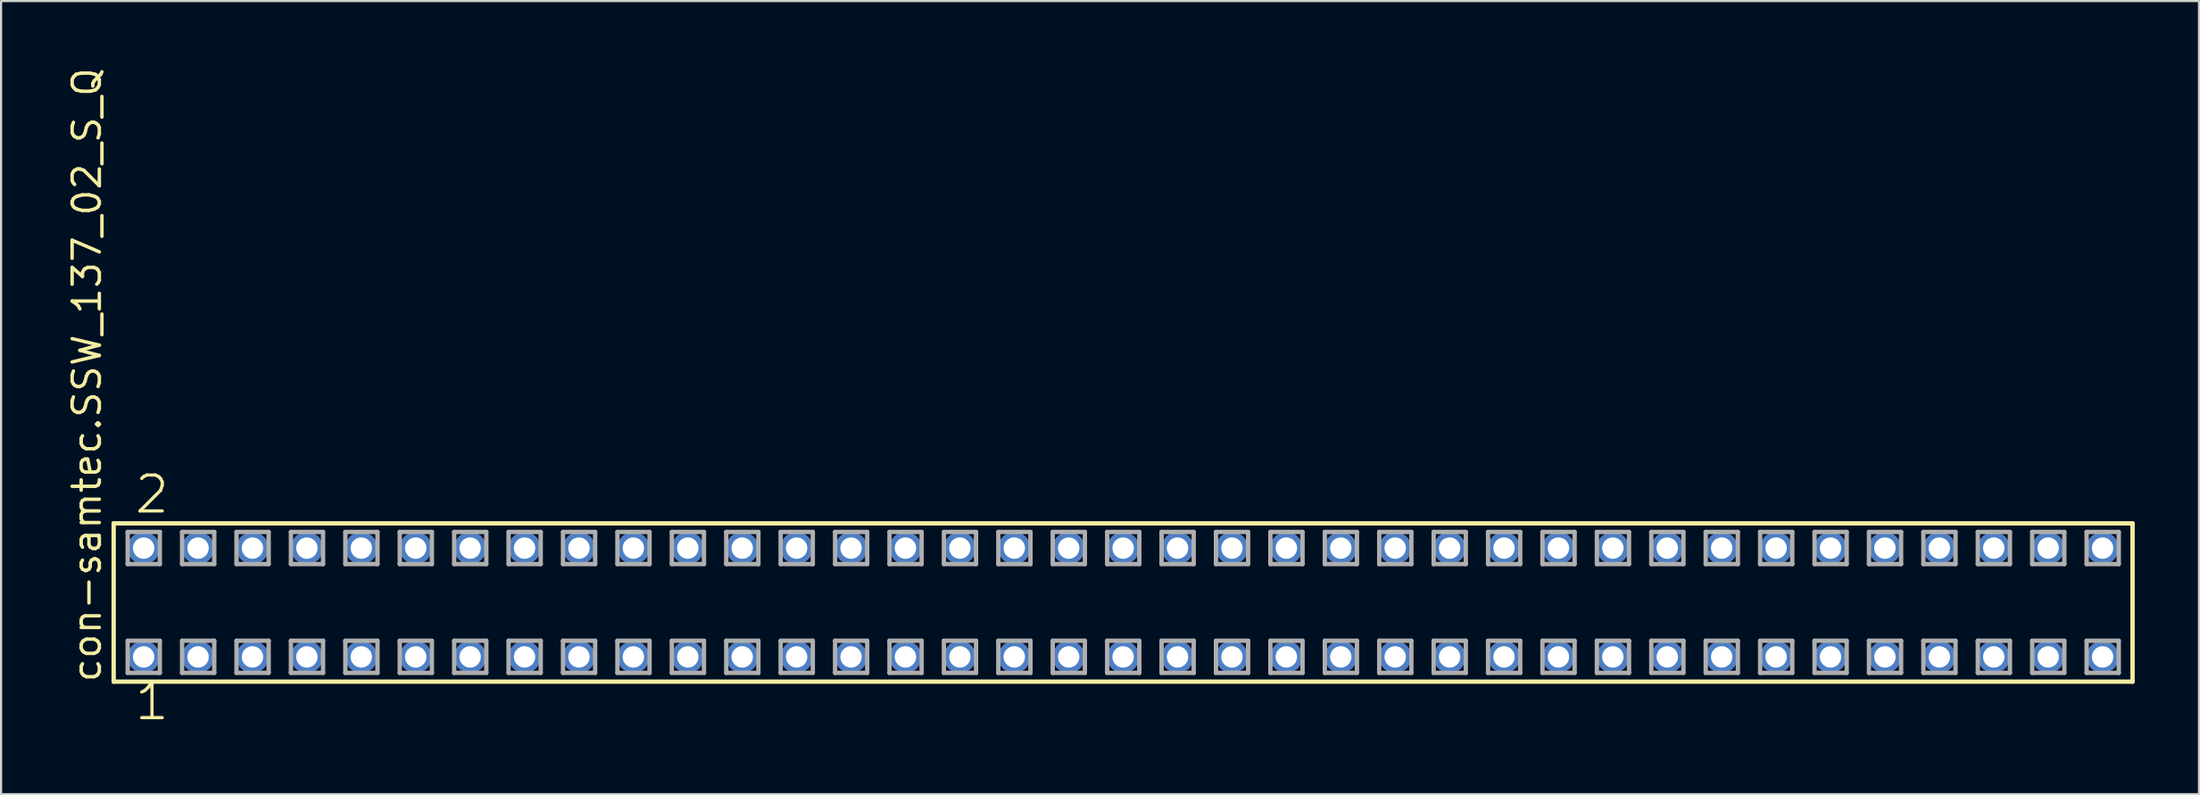
<source format=kicad_pcb>
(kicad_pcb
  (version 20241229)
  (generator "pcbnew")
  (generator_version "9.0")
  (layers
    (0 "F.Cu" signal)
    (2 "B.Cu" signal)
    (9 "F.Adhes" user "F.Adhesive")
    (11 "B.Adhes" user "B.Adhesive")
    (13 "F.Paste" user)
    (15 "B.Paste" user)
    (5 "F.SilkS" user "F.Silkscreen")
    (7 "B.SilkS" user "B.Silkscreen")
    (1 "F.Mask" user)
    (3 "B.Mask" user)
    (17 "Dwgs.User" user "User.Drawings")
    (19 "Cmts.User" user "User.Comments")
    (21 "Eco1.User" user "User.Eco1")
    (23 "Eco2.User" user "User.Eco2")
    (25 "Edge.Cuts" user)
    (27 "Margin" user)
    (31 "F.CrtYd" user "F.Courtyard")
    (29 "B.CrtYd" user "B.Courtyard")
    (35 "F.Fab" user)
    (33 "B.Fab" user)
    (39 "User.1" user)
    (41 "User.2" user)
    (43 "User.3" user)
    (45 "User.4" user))
  (footprint "con-samtec.SSW_137_02_S_Q"
    (layer "F.Cu")
    (at 49.375 25.082)
    (property "Reference" "con-samtec.SSW_137_02_S_Q" (at -47.625 3.81 90) (layer "F.SilkS") (effects (font (size 1.27 1.27) (thickness 0.16)) (justify left bottom)))
    (attr through_hole)
    (fp_line (start -47.119 -3.695) (end 47.119 -3.695) (stroke (width 0.203) (type default)) (layer "F.SilkS"))
    (fp_line (start -47.119 3.695) (end -47.119 -3.695) (stroke (width 0.203) (type default)) (layer "F.SilkS"))
    (fp_line (start 47.119 -3.695) (end 47.119 3.695) (stroke (width 0.203) (type default)) (layer "F.SilkS"))
    (fp_line (start 47.119 3.695) (end -47.119 3.695) (stroke (width 0.203) (type default)) (layer "F.SilkS"))
    (fp_line (start -46.465 -3.295) (end -44.965 -3.295) (stroke (width 0.203) (type default)) (layer "F.Fab"))
    (fp_line (start -46.465 -1.795) (end -46.465 -3.295) (stroke (width 0.203) (type default)) (layer "F.Fab"))
    (fp_line (start -46.465 1.785) (end -44.965 1.785) (stroke (width 0.203) (type default)) (layer "F.Fab"))
    (fp_line (start -46.465 3.285) (end -46.465 1.785) (stroke (width 0.203) (type default)) (layer "F.Fab"))
    (fp_line (start -44.965 -3.295) (end -44.965 -1.795) (stroke (width 0.203) (type default)) (layer "F.Fab"))
    (fp_line (start -44.965 -1.795) (end -46.465 -1.795) (stroke (width 0.203) (type default)) (layer "F.Fab"))
    (fp_line (start -44.965 1.785) (end -44.965 3.285) (stroke (width 0.203) (type default)) (layer "F.Fab"))
    (fp_line (start -44.965 3.285) (end -46.465 3.285) (stroke (width 0.203) (type default)) (layer "F.Fab"))
    (fp_line (start -43.925 -3.295) (end -42.425 -3.295) (stroke (width 0.203) (type default)) (layer "F.Fab"))
    (fp_line (start -43.925 -1.795) (end -43.925 -3.295) (stroke (width 0.203) (type default)) (layer "F.Fab"))
    (fp_line (start -43.925 1.785) (end -42.425 1.785) (stroke (width 0.203) (type default)) (layer "F.Fab"))
    (fp_line (start -43.925 3.285) (end -43.925 1.785) (stroke (width 0.203) (type default)) (layer "F.Fab"))
    (fp_line (start -42.425 -3.295) (end -42.425 -1.795) (stroke (width 0.203) (type default)) (layer "F.Fab"))
    (fp_line (start -42.425 -1.795) (end -43.925 -1.795) (stroke (width 0.203) (type default)) (layer "F.Fab"))
    (fp_line (start -42.425 1.785) (end -42.425 3.285) (stroke (width 0.203) (type default)) (layer "F.Fab"))
    (fp_line (start -42.425 3.285) (end -43.925 3.285) (stroke (width 0.203) (type default)) (layer "F.Fab"))
    (fp_line (start -41.385 -3.295) (end -39.885 -3.295) (stroke (width 0.203) (type default)) (layer "F.Fab"))
    (fp_line (start -41.385 -1.795) (end -41.385 -3.295) (stroke (width 0.203) (type default)) (layer "F.Fab"))
    (fp_line (start -41.385 1.785) (end -39.885 1.785) (stroke (width 0.203) (type default)) (layer "F.Fab"))
    (fp_line (start -41.385 3.285) (end -41.385 1.785) (stroke (width 0.203) (type default)) (layer "F.Fab"))
    (fp_line (start -39.885 -3.295) (end -39.885 -1.795) (stroke (width 0.203) (type default)) (layer "F.Fab"))
    (fp_line (start -39.885 -1.795) (end -41.385 -1.795) (stroke (width 0.203) (type default)) (layer "F.Fab"))
    (fp_line (start -39.885 1.785) (end -39.885 3.285) (stroke (width 0.203) (type default)) (layer "F.Fab"))
    (fp_line (start -39.885 3.285) (end -41.385 3.285) (stroke (width 0.203) (type default)) (layer "F.Fab"))
    (fp_line (start -38.845 -3.295) (end -37.345 -3.295) (stroke (width 0.203) (type default)) (layer "F.Fab"))
    (fp_line (start -38.845 -1.795) (end -38.845 -3.295) (stroke (width 0.203) (type default)) (layer "F.Fab"))
    (fp_line (start -38.845 1.785) (end -37.345 1.785) (stroke (width 0.203) (type default)) (layer "F.Fab"))
    (fp_line (start -38.845 3.285) (end -38.845 1.785) (stroke (width 0.203) (type default)) (layer "F.Fab"))
    (fp_line (start -37.345 -3.295) (end -37.345 -1.795) (stroke (width 0.203) (type default)) (layer "F.Fab"))
    (fp_line (start -37.345 -1.795) (end -38.845 -1.795) (stroke (width 0.203) (type default)) (layer "F.Fab"))
    (fp_line (start -37.345 1.785) (end -37.345 3.285) (stroke (width 0.203) (type default)) (layer "F.Fab"))
    (fp_line (start -37.345 3.285) (end -38.845 3.285) (stroke (width 0.203) (type default)) (layer "F.Fab"))
    (fp_line (start -36.305 -3.295) (end -34.805 -3.295) (stroke (width 0.203) (type default)) (layer "F.Fab"))
    (fp_line (start -36.305 -1.795) (end -36.305 -3.295) (stroke (width 0.203) (type default)) (layer "F.Fab"))
    (fp_line (start -36.305 1.785) (end -34.805 1.785) (stroke (width 0.203) (type default)) (layer "F.Fab"))
    (fp_line (start -36.305 3.285) (end -36.305 1.785) (stroke (width 0.203) (type default)) (layer "F.Fab"))
    (fp_line (start -34.805 -3.295) (end -34.805 -1.795) (stroke (width 0.203) (type default)) (layer "F.Fab"))
    (fp_line (start -34.805 -1.795) (end -36.305 -1.795) (stroke (width 0.203) (type default)) (layer "F.Fab"))
    (fp_line (start -34.805 1.785) (end -34.805 3.285) (stroke (width 0.203) (type default)) (layer "F.Fab"))
    (fp_line (start -34.805 3.285) (end -36.305 3.285) (stroke (width 0.203) (type default)) (layer "F.Fab"))
    (fp_line (start -33.765 -3.295) (end -32.265 -3.295) (stroke (width 0.203) (type default)) (layer "F.Fab"))
    (fp_line (start -33.765 -1.795) (end -33.765 -3.295) (stroke (width 0.203) (type default)) (layer "F.Fab"))
    (fp_line (start -33.765 1.785) (end -32.265 1.785) (stroke (width 0.203) (type default)) (layer "F.Fab"))
    (fp_line (start -33.765 3.285) (end -33.765 1.785) (stroke (width 0.203) (type default)) (layer "F.Fab"))
    (fp_line (start -32.265 -3.295) (end -32.265 -1.795) (stroke (width 0.203) (type default)) (layer "F.Fab"))
    (fp_line (start -32.265 -1.795) (end -33.765 -1.795) (stroke (width 0.203) (type default)) (layer "F.Fab"))
    (fp_line (start -32.265 1.785) (end -32.265 3.285) (stroke (width 0.203) (type default)) (layer "F.Fab"))
    (fp_line (start -32.265 3.285) (end -33.765 3.285) (stroke (width 0.203) (type default)) (layer "F.Fab"))
    (fp_line (start -31.225 -3.295) (end -29.725 -3.295) (stroke (width 0.203) (type default)) (layer "F.Fab"))
    (fp_line (start -31.225 -1.795) (end -31.225 -3.295) (stroke (width 0.203) (type default)) (layer "F.Fab"))
    (fp_line (start -31.225 1.785) (end -29.725 1.785) (stroke (width 0.203) (type default)) (layer "F.Fab"))
    (fp_line (start -31.225 3.285) (end -31.225 1.785) (stroke (width 0.203) (type default)) (layer "F.Fab"))
    (fp_line (start -29.725 -3.295) (end -29.725 -1.795) (stroke (width 0.203) (type default)) (layer "F.Fab"))
    (fp_line (start -29.725 -1.795) (end -31.225 -1.795) (stroke (width 0.203) (type default)) (layer "F.Fab"))
    (fp_line (start -29.725 1.785) (end -29.725 3.285) (stroke (width 0.203) (type default)) (layer "F.Fab"))
    (fp_line (start -29.725 3.285) (end -31.225 3.285) (stroke (width 0.203) (type default)) (layer "F.Fab"))
    (fp_line (start -28.685 -3.295) (end -27.185 -3.295) (stroke (width 0.203) (type default)) (layer "F.Fab"))
    (fp_line (start -28.685 -1.795) (end -28.685 -3.295) (stroke (width 0.203) (type default)) (layer "F.Fab"))
    (fp_line (start -28.685 1.785) (end -27.185 1.785) (stroke (width 0.203) (type default)) (layer "F.Fab"))
    (fp_line (start -28.685 3.285) (end -28.685 1.785) (stroke (width 0.203) (type default)) (layer "F.Fab"))
    (fp_line (start -27.185 -3.295) (end -27.185 -1.795) (stroke (width 0.203) (type default)) (layer "F.Fab"))
    (fp_line (start -27.185 -1.795) (end -28.685 -1.795) (stroke (width 0.203) (type default)) (layer "F.Fab"))
    (fp_line (start -27.185 1.785) (end -27.185 3.285) (stroke (width 0.203) (type default)) (layer "F.Fab"))
    (fp_line (start -27.185 3.285) (end -28.685 3.285) (stroke (width 0.203) (type default)) (layer "F.Fab"))
    (fp_line (start -26.145 -3.295) (end -24.645 -3.295) (stroke (width 0.203) (type default)) (layer "F.Fab"))
    (fp_line (start -26.145 -1.795) (end -26.145 -3.295) (stroke (width 0.203) (type default)) (layer "F.Fab"))
    (fp_line (start -26.145 1.785) (end -24.645 1.785) (stroke (width 0.203) (type default)) (layer "F.Fab"))
    (fp_line (start -26.145 3.285) (end -26.145 1.785) (stroke (width 0.203) (type default)) (layer "F.Fab"))
    (fp_line (start -24.645 -3.295) (end -24.645 -1.795) (stroke (width 0.203) (type default)) (layer "F.Fab"))
    (fp_line (start -24.645 -1.795) (end -26.145 -1.795) (stroke (width 0.203) (type default)) (layer "F.Fab"))
    (fp_line (start -24.645 1.785) (end -24.645 3.285) (stroke (width 0.203) (type default)) (layer "F.Fab"))
    (fp_line (start -24.645 3.285) (end -26.145 3.285) (stroke (width 0.203) (type default)) (layer "F.Fab"))
    (fp_line (start -23.605 -3.295) (end -22.105 -3.295) (stroke (width 0.203) (type default)) (layer "F.Fab"))
    (fp_line (start -23.605 -1.795) (end -23.605 -3.295) (stroke (width 0.203) (type default)) (layer "F.Fab"))
    (fp_line (start -23.605 1.785) (end -22.105 1.785) (stroke (width 0.203) (type default)) (layer "F.Fab"))
    (fp_line (start -23.605 3.285) (end -23.605 1.785) (stroke (width 0.203) (type default)) (layer "F.Fab"))
    (fp_line (start -22.105 -3.295) (end -22.105 -1.795) (stroke (width 0.203) (type default)) (layer "F.Fab"))
    (fp_line (start -22.105 -1.795) (end -23.605 -1.795) (stroke (width 0.203) (type default)) (layer "F.Fab"))
    (fp_line (start -22.105 1.785) (end -22.105 3.285) (stroke (width 0.203) (type default)) (layer "F.Fab"))
    (fp_line (start -22.105 3.285) (end -23.605 3.285) (stroke (width 0.203) (type default)) (layer "F.Fab"))
    (fp_line (start -21.065 -3.295) (end -19.565 -3.295) (stroke (width 0.203) (type default)) (layer "F.Fab"))
    (fp_line (start -21.065 -1.795) (end -21.065 -3.295) (stroke (width 0.203) (type default)) (layer "F.Fab"))
    (fp_line (start -21.065 1.785) (end -19.565 1.785) (stroke (width 0.203) (type default)) (layer "F.Fab"))
    (fp_line (start -21.065 3.285) (end -21.065 1.785) (stroke (width 0.203) (type default)) (layer "F.Fab"))
    (fp_line (start -19.565 -3.295) (end -19.565 -1.795) (stroke (width 0.203) (type default)) (layer "F.Fab"))
    (fp_line (start -19.565 -1.795) (end -21.065 -1.795) (stroke (width 0.203) (type default)) (layer "F.Fab"))
    (fp_line (start -19.565 1.785) (end -19.565 3.285) (stroke (width 0.203) (type default)) (layer "F.Fab"))
    (fp_line (start -19.565 3.285) (end -21.065 3.285) (stroke (width 0.203) (type default)) (layer "F.Fab"))
    (fp_line (start -18.525 -3.295) (end -17.025 -3.295) (stroke (width 0.203) (type default)) (layer "F.Fab"))
    (fp_line (start -18.525 -1.795) (end -18.525 -3.295) (stroke (width 0.203) (type default)) (layer "F.Fab"))
    (fp_line (start -18.525 1.785) (end -17.025 1.785) (stroke (width 0.203) (type default)) (layer "F.Fab"))
    (fp_line (start -18.525 3.285) (end -18.525 1.785) (stroke (width 0.203) (type default)) (layer "F.Fab"))
    (fp_line (start -17.025 -3.295) (end -17.025 -1.795) (stroke (width 0.203) (type default)) (layer "F.Fab"))
    (fp_line (start -17.025 -1.795) (end -18.525 -1.795) (stroke (width 0.203) (type default)) (layer "F.Fab"))
    (fp_line (start -17.025 1.785) (end -17.025 3.285) (stroke (width 0.203) (type default)) (layer "F.Fab"))
    (fp_line (start -17.025 3.285) (end -18.525 3.285) (stroke (width 0.203) (type default)) (layer "F.Fab"))
    (fp_line (start -15.985 -3.295) (end -14.485 -3.295) (stroke (width 0.203) (type default)) (layer "F.Fab"))
    (fp_line (start -15.985 -1.795) (end -15.985 -3.295) (stroke (width 0.203) (type default)) (layer "F.Fab"))
    (fp_line (start -15.985 1.785) (end -14.485 1.785) (stroke (width 0.203) (type default)) (layer "F.Fab"))
    (fp_line (start -15.985 3.285) (end -15.985 1.785) (stroke (width 0.203) (type default)) (layer "F.Fab"))
    (fp_line (start -14.485 -3.295) (end -14.485 -1.795) (stroke (width 0.203) (type default)) (layer "F.Fab"))
    (fp_line (start -14.485 -1.795) (end -15.985 -1.795) (stroke (width 0.203) (type default)) (layer "F.Fab"))
    (fp_line (start -14.485 1.785) (end -14.485 3.285) (stroke (width 0.203) (type default)) (layer "F.Fab"))
    (fp_line (start -14.485 3.285) (end -15.985 3.285) (stroke (width 0.203) (type default)) (layer "F.Fab"))
    (fp_line (start -13.445 -3.295) (end -11.945 -3.295) (stroke (width 0.203) (type default)) (layer "F.Fab"))
    (fp_line (start -13.445 -1.795) (end -13.445 -3.295) (stroke (width 0.203) (type default)) (layer "F.Fab"))
    (fp_line (start -13.445 1.785) (end -11.945 1.785) (stroke (width 0.203) (type default)) (layer "F.Fab"))
    (fp_line (start -13.445 3.285) (end -13.445 1.785) (stroke (width 0.203) (type default)) (layer "F.Fab"))
    (fp_line (start -11.945 -3.295) (end -11.945 -1.795) (stroke (width 0.203) (type default)) (layer "F.Fab"))
    (fp_line (start -11.945 -1.795) (end -13.445 -1.795) (stroke (width 0.203) (type default)) (layer "F.Fab"))
    (fp_line (start -11.945 1.785) (end -11.945 3.285) (stroke (width 0.203) (type default)) (layer "F.Fab"))
    (fp_line (start -11.945 3.285) (end -13.445 3.285) (stroke (width 0.203) (type default)) (layer "F.Fab"))
    (fp_line (start -10.905 -3.295) (end -9.405 -3.295) (stroke (width 0.203) (type default)) (layer "F.Fab"))
    (fp_line (start -10.905 -1.795) (end -10.905 -3.295) (stroke (width 0.203) (type default)) (layer "F.Fab"))
    (fp_line (start -10.905 1.785) (end -9.405 1.785) (stroke (width 0.203) (type default)) (layer "F.Fab"))
    (fp_line (start -10.905 3.285) (end -10.905 1.785) (stroke (width 0.203) (type default)) (layer "F.Fab"))
    (fp_line (start -9.405 -3.295) (end -9.405 -1.795) (stroke (width 0.203) (type default)) (layer "F.Fab"))
    (fp_line (start -9.405 -1.795) (end -10.905 -1.795) (stroke (width 0.203) (type default)) (layer "F.Fab"))
    (fp_line (start -9.405 1.785) (end -9.405 3.285) (stroke (width 0.203) (type default)) (layer "F.Fab"))
    (fp_line (start -9.405 3.285) (end -10.905 3.285) (stroke (width 0.203) (type default)) (layer "F.Fab"))
    (fp_line (start -8.365 -3.295) (end -6.865 -3.295) (stroke (width 0.203) (type default)) (layer "F.Fab"))
    (fp_line (start -8.365 -1.795) (end -8.365 -3.295) (stroke (width 0.203) (type default)) (layer "F.Fab"))
    (fp_line (start -8.365 1.785) (end -6.865 1.785) (stroke (width 0.203) (type default)) (layer "F.Fab"))
    (fp_line (start -8.365 3.285) (end -8.365 1.785) (stroke (width 0.203) (type default)) (layer "F.Fab"))
    (fp_line (start -6.865 -3.295) (end -6.865 -1.795) (stroke (width 0.203) (type default)) (layer "F.Fab"))
    (fp_line (start -6.865 -1.795) (end -8.365 -1.795) (stroke (width 0.203) (type default)) (layer "F.Fab"))
    (fp_line (start -6.865 1.785) (end -6.865 3.285) (stroke (width 0.203) (type default)) (layer "F.Fab"))
    (fp_line (start -6.865 3.285) (end -8.365 3.285) (stroke (width 0.203) (type default)) (layer "F.Fab"))
    (fp_line (start -5.825 -3.295) (end -4.325 -3.295) (stroke (width 0.203) (type default)) (layer "F.Fab"))
    (fp_line (start -5.825 -1.795) (end -5.825 -3.295) (stroke (width 0.203) (type default)) (layer "F.Fab"))
    (fp_line (start -5.825 1.785) (end -4.325 1.785) (stroke (width 0.203) (type default)) (layer "F.Fab"))
    (fp_line (start -5.825 3.285) (end -5.825 1.785) (stroke (width 0.203) (type default)) (layer "F.Fab"))
    (fp_line (start -4.325 -3.295) (end -4.325 -1.795) (stroke (width 0.203) (type default)) (layer "F.Fab"))
    (fp_line (start -4.325 -1.795) (end -5.825 -1.795) (stroke (width 0.203) (type default)) (layer "F.Fab"))
    (fp_line (start -4.325 1.785) (end -4.325 3.285) (stroke (width 0.203) (type default)) (layer "F.Fab"))
    (fp_line (start -4.325 3.285) (end -5.825 3.285) (stroke (width 0.203) (type default)) (layer "F.Fab"))
    (fp_line (start -3.285 -3.295) (end -1.785 -3.295) (stroke (width 0.203) (type default)) (layer "F.Fab"))
    (fp_line (start -3.285 -1.795) (end -3.285 -3.295) (stroke (width 0.203) (type default)) (layer "F.Fab"))
    (fp_line (start -3.285 1.785) (end -1.785 1.785) (stroke (width 0.203) (type default)) (layer "F.Fab"))
    (fp_line (start -3.285 3.285) (end -3.285 1.785) (stroke (width 0.203) (type default)) (layer "F.Fab"))
    (fp_line (start -1.785 -3.295) (end -1.785 -1.795) (stroke (width 0.203) (type default)) (layer "F.Fab"))
    (fp_line (start -1.785 -1.795) (end -3.285 -1.795) (stroke (width 0.203) (type default)) (layer "F.Fab"))
    (fp_line (start -1.785 1.785) (end -1.785 3.285) (stroke (width 0.203) (type default)) (layer "F.Fab"))
    (fp_line (start -1.785 3.285) (end -3.285 3.285) (stroke (width 0.203) (type default)) (layer "F.Fab"))
    (fp_line (start -0.745 -3.295) (end 0.755 -3.295) (stroke (width 0.203) (type default)) (layer "F.Fab"))
    (fp_line (start -0.745 -1.795) (end -0.745 -3.295) (stroke (width 0.203) (type default)) (layer "F.Fab"))
    (fp_line (start -0.745 1.785) (end 0.755 1.785) (stroke (width 0.203) (type default)) (layer "F.Fab"))
    (fp_line (start -0.745 3.285) (end -0.745 1.785) (stroke (width 0.203) (type default)) (layer "F.Fab"))
    (fp_line (start 0.755 -3.295) (end 0.755 -1.795) (stroke (width 0.203) (type default)) (layer "F.Fab"))
    (fp_line (start 0.755 -1.795) (end -0.745 -1.795) (stroke (width 0.203) (type default)) (layer "F.Fab"))
    (fp_line (start 0.755 1.785) (end 0.755 3.285) (stroke (width 0.203) (type default)) (layer "F.Fab"))
    (fp_line (start 0.755 3.285) (end -0.745 3.285) (stroke (width 0.203) (type default)) (layer "F.Fab"))
    (fp_line (start 1.795 -3.295) (end 3.295 -3.295) (stroke (width 0.203) (type default)) (layer "F.Fab"))
    (fp_line (start 1.795 -1.795) (end 1.795 -3.295) (stroke (width 0.203) (type default)) (layer "F.Fab"))
    (fp_line (start 1.795 1.785) (end 3.295 1.785) (stroke (width 0.203) (type default)) (layer "F.Fab"))
    (fp_line (start 1.795 3.285) (end 1.795 1.785) (stroke (width 0.203) (type default)) (layer "F.Fab"))
    (fp_line (start 3.295 -3.295) (end 3.295 -1.795) (stroke (width 0.203) (type default)) (layer "F.Fab"))
    (fp_line (start 3.295 -1.795) (end 1.795 -1.795) (stroke (width 0.203) (type default)) (layer "F.Fab"))
    (fp_line (start 3.295 1.785) (end 3.295 3.285) (stroke (width 0.203) (type default)) (layer "F.Fab"))
    (fp_line (start 3.295 3.285) (end 1.795 3.285) (stroke (width 0.203) (type default)) (layer "F.Fab"))
    (fp_line (start 4.335 -3.295) (end 5.835 -3.295) (stroke (width 0.203) (type default)) (layer "F.Fab"))
    (fp_line (start 4.335 -1.795) (end 4.335 -3.295) (stroke (width 0.203) (type default)) (layer "F.Fab"))
    (fp_line (start 4.335 1.785) (end 5.835 1.785) (stroke (width 0.203) (type default)) (layer "F.Fab"))
    (fp_line (start 4.335 3.285) (end 4.335 1.785) (stroke (width 0.203) (type default)) (layer "F.Fab"))
    (fp_line (start 5.835 -3.295) (end 5.835 -1.795) (stroke (width 0.203) (type default)) (layer "F.Fab"))
    (fp_line (start 5.835 -1.795) (end 4.335 -1.795) (stroke (width 0.203) (type default)) (layer "F.Fab"))
    (fp_line (start 5.835 1.785) (end 5.835 3.285) (stroke (width 0.203) (type default)) (layer "F.Fab"))
    (fp_line (start 5.835 3.285) (end 4.335 3.285) (stroke (width 0.203) (type default)) (layer "F.Fab"))
    (fp_line (start 6.875 -3.295) (end 8.375 -3.295) (stroke (width 0.203) (type default)) (layer "F.Fab"))
    (fp_line (start 6.875 -1.795) (end 6.875 -3.295) (stroke (width 0.203) (type default)) (layer "F.Fab"))
    (fp_line (start 6.875 1.785) (end 8.375 1.785) (stroke (width 0.203) (type default)) (layer "F.Fab"))
    (fp_line (start 6.875 3.285) (end 6.875 1.785) (stroke (width 0.203) (type default)) (layer "F.Fab"))
    (fp_line (start 8.375 -3.295) (end 8.375 -1.795) (stroke (width 0.203) (type default)) (layer "F.Fab"))
    (fp_line (start 8.375 -1.795) (end 6.875 -1.795) (stroke (width 0.203) (type default)) (layer "F.Fab"))
    (fp_line (start 8.375 1.785) (end 8.375 3.285) (stroke (width 0.203) (type default)) (layer "F.Fab"))
    (fp_line (start 8.375 3.285) (end 6.875 3.285) (stroke (width 0.203) (type default)) (layer "F.Fab"))
    (fp_line (start 9.415 -3.295) (end 10.915 -3.295) (stroke (width 0.203) (type default)) (layer "F.Fab"))
    (fp_line (start 9.415 -1.795) (end 9.415 -3.295) (stroke (width 0.203) (type default)) (layer "F.Fab"))
    (fp_line (start 9.415 1.785) (end 10.915 1.785) (stroke (width 0.203) (type default)) (layer "F.Fab"))
    (fp_line (start 9.415 3.285) (end 9.415 1.785) (stroke (width 0.203) (type default)) (layer "F.Fab"))
    (fp_line (start 10.915 -3.295) (end 10.915 -1.795) (stroke (width 0.203) (type default)) (layer "F.Fab"))
    (fp_line (start 10.915 -1.795) (end 9.415 -1.795) (stroke (width 0.203) (type default)) (layer "F.Fab"))
    (fp_line (start 10.915 1.785) (end 10.915 3.285) (stroke (width 0.203) (type default)) (layer "F.Fab"))
    (fp_line (start 10.915 3.285) (end 9.415 3.285) (stroke (width 0.203) (type default)) (layer "F.Fab"))
    (fp_line (start 11.955 -3.295) (end 13.455 -3.295) (stroke (width 0.203) (type default)) (layer "F.Fab"))
    (fp_line (start 11.955 -1.795) (end 11.955 -3.295) (stroke (width 0.203) (type default)) (layer "F.Fab"))
    (fp_line (start 11.955 1.785) (end 13.455 1.785) (stroke (width 0.203) (type default)) (layer "F.Fab"))
    (fp_line (start 11.955 3.285) (end 11.955 1.785) (stroke (width 0.203) (type default)) (layer "F.Fab"))
    (fp_line (start 13.455 -3.295) (end 13.455 -1.795) (stroke (width 0.203) (type default)) (layer "F.Fab"))
    (fp_line (start 13.455 -1.795) (end 11.955 -1.795) (stroke (width 0.203) (type default)) (layer "F.Fab"))
    (fp_line (start 13.455 1.785) (end 13.455 3.285) (stroke (width 0.203) (type default)) (layer "F.Fab"))
    (fp_line (start 13.455 3.285) (end 11.955 3.285) (stroke (width 0.203) (type default)) (layer "F.Fab"))
    (fp_line (start 14.495 -3.295) (end 15.995 -3.295) (stroke (width 0.203) (type default)) (layer "F.Fab"))
    (fp_line (start 14.495 -1.795) (end 14.495 -3.295) (stroke (width 0.203) (type default)) (layer "F.Fab"))
    (fp_line (start 14.495 1.785) (end 15.995 1.785) (stroke (width 0.203) (type default)) (layer "F.Fab"))
    (fp_line (start 14.495 3.285) (end 14.495 1.785) (stroke (width 0.203) (type default)) (layer "F.Fab"))
    (fp_line (start 15.995 -3.295) (end 15.995 -1.795) (stroke (width 0.203) (type default)) (layer "F.Fab"))
    (fp_line (start 15.995 -1.795) (end 14.495 -1.795) (stroke (width 0.203) (type default)) (layer "F.Fab"))
    (fp_line (start 15.995 1.785) (end 15.995 3.285) (stroke (width 0.203) (type default)) (layer "F.Fab"))
    (fp_line (start 15.995 3.285) (end 14.495 3.285) (stroke (width 0.203) (type default)) (layer "F.Fab"))
    (fp_line (start 17.035 -3.295) (end 18.535 -3.295) (stroke (width 0.203) (type default)) (layer "F.Fab"))
    (fp_line (start 17.035 -1.795) (end 17.035 -3.295) (stroke (width 0.203) (type default)) (layer "F.Fab"))
    (fp_line (start 17.035 1.785) (end 18.535 1.785) (stroke (width 0.203) (type default)) (layer "F.Fab"))
    (fp_line (start 17.035 3.285) (end 17.035 1.785) (stroke (width 0.203) (type default)) (layer "F.Fab"))
    (fp_line (start 18.535 -3.295) (end 18.535 -1.795) (stroke (width 0.203) (type default)) (layer "F.Fab"))
    (fp_line (start 18.535 -1.795) (end 17.035 -1.795) (stroke (width 0.203) (type default)) (layer "F.Fab"))
    (fp_line (start 18.535 1.785) (end 18.535 3.285) (stroke (width 0.203) (type default)) (layer "F.Fab"))
    (fp_line (start 18.535 3.285) (end 17.035 3.285) (stroke (width 0.203) (type default)) (layer "F.Fab"))
    (fp_line (start 19.575 -3.295) (end 21.075 -3.295) (stroke (width 0.203) (type default)) (layer "F.Fab"))
    (fp_line (start 19.575 -1.795) (end 19.575 -3.295) (stroke (width 0.203) (type default)) (layer "F.Fab"))
    (fp_line (start 19.575 1.785) (end 21.075 1.785) (stroke (width 0.203) (type default)) (layer "F.Fab"))
    (fp_line (start 19.575 3.285) (end 19.575 1.785) (stroke (width 0.203) (type default)) (layer "F.Fab"))
    (fp_line (start 21.075 -3.295) (end 21.075 -1.795) (stroke (width 0.203) (type default)) (layer "F.Fab"))
    (fp_line (start 21.075 -1.795) (end 19.575 -1.795) (stroke (width 0.203) (type default)) (layer "F.Fab"))
    (fp_line (start 21.075 1.785) (end 21.075 3.285) (stroke (width 0.203) (type default)) (layer "F.Fab"))
    (fp_line (start 21.075 3.285) (end 19.575 3.285) (stroke (width 0.203) (type default)) (layer "F.Fab"))
    (fp_line (start 22.115 -3.295) (end 23.615 -3.295) (stroke (width 0.203) (type default)) (layer "F.Fab"))
    (fp_line (start 22.115 -1.795) (end 22.115 -3.295) (stroke (width 0.203) (type default)) (layer "F.Fab"))
    (fp_line (start 22.115 1.785) (end 23.615 1.785) (stroke (width 0.203) (type default)) (layer "F.Fab"))
    (fp_line (start 22.115 3.285) (end 22.115 1.785) (stroke (width 0.203) (type default)) (layer "F.Fab"))
    (fp_line (start 23.615 -3.295) (end 23.615 -1.795) (stroke (width 0.203) (type default)) (layer "F.Fab"))
    (fp_line (start 23.615 -1.795) (end 22.115 -1.795) (stroke (width 0.203) (type default)) (layer "F.Fab"))
    (fp_line (start 23.615 1.785) (end 23.615 3.285) (stroke (width 0.203) (type default)) (layer "F.Fab"))
    (fp_line (start 23.615 3.285) (end 22.115 3.285) (stroke (width 0.203) (type default)) (layer "F.Fab"))
    (fp_line (start 24.655 -3.295) (end 26.155 -3.295) (stroke (width 0.203) (type default)) (layer "F.Fab"))
    (fp_line (start 24.655 -1.795) (end 24.655 -3.295) (stroke (width 0.203) (type default)) (layer "F.Fab"))
    (fp_line (start 24.655 1.785) (end 26.155 1.785) (stroke (width 0.203) (type default)) (layer "F.Fab"))
    (fp_line (start 24.655 3.285) (end 24.655 1.785) (stroke (width 0.203) (type default)) (layer "F.Fab"))
    (fp_line (start 26.155 -3.295) (end 26.155 -1.795) (stroke (width 0.203) (type default)) (layer "F.Fab"))
    (fp_line (start 26.155 -1.795) (end 24.655 -1.795) (stroke (width 0.203) (type default)) (layer "F.Fab"))
    (fp_line (start 26.155 1.785) (end 26.155 3.285) (stroke (width 0.203) (type default)) (layer "F.Fab"))
    (fp_line (start 26.155 3.285) (end 24.655 3.285) (stroke (width 0.203) (type default)) (layer "F.Fab"))
    (fp_line (start 27.195 -3.295) (end 28.695 -3.295) (stroke (width 0.203) (type default)) (layer "F.Fab"))
    (fp_line (start 27.195 -1.795) (end 27.195 -3.295) (stroke (width 0.203) (type default)) (layer "F.Fab"))
    (fp_line (start 27.195 1.785) (end 28.695 1.785) (stroke (width 0.203) (type default)) (layer "F.Fab"))
    (fp_line (start 27.195 3.285) (end 27.195 1.785) (stroke (width 0.203) (type default)) (layer "F.Fab"))
    (fp_line (start 28.695 -3.295) (end 28.695 -1.795) (stroke (width 0.203) (type default)) (layer "F.Fab"))
    (fp_line (start 28.695 -1.795) (end 27.195 -1.795) (stroke (width 0.203) (type default)) (layer "F.Fab"))
    (fp_line (start 28.695 1.785) (end 28.695 3.285) (stroke (width 0.203) (type default)) (layer "F.Fab"))
    (fp_line (start 28.695 3.285) (end 27.195 3.285) (stroke (width 0.203) (type default)) (layer "F.Fab"))
    (fp_line (start 29.735 -3.295) (end 31.235 -3.295) (stroke (width 0.203) (type default)) (layer "F.Fab"))
    (fp_line (start 29.735 -1.795) (end 29.735 -3.295) (stroke (width 0.203) (type default)) (layer "F.Fab"))
    (fp_line (start 29.735 1.785) (end 31.235 1.785) (stroke (width 0.203) (type default)) (layer "F.Fab"))
    (fp_line (start 29.735 3.285) (end 29.735 1.785) (stroke (width 0.203) (type default)) (layer "F.Fab"))
    (fp_line (start 31.235 -3.295) (end 31.235 -1.795) (stroke (width 0.203) (type default)) (layer "F.Fab"))
    (fp_line (start 31.235 -1.795) (end 29.735 -1.795) (stroke (width 0.203) (type default)) (layer "F.Fab"))
    (fp_line (start 31.235 1.785) (end 31.235 3.285) (stroke (width 0.203) (type default)) (layer "F.Fab"))
    (fp_line (start 31.235 3.285) (end 29.735 3.285) (stroke (width 0.203) (type default)) (layer "F.Fab"))
    (fp_line (start 32.275 -3.295) (end 33.775 -3.295) (stroke (width 0.203) (type default)) (layer "F.Fab"))
    (fp_line (start 32.275 -1.795) (end 32.275 -3.295) (stroke (width 0.203) (type default)) (layer "F.Fab"))
    (fp_line (start 32.275 1.785) (end 33.775 1.785) (stroke (width 0.203) (type default)) (layer "F.Fab"))
    (fp_line (start 32.275 3.285) (end 32.275 1.785) (stroke (width 0.203) (type default)) (layer "F.Fab"))
    (fp_line (start 33.775 -3.295) (end 33.775 -1.795) (stroke (width 0.203) (type default)) (layer "F.Fab"))
    (fp_line (start 33.775 -1.795) (end 32.275 -1.795) (stroke (width 0.203) (type default)) (layer "F.Fab"))
    (fp_line (start 33.775 1.785) (end 33.775 3.285) (stroke (width 0.203) (type default)) (layer "F.Fab"))
    (fp_line (start 33.775 3.285) (end 32.275 3.285) (stroke (width 0.203) (type default)) (layer "F.Fab"))
    (fp_line (start 34.815 -3.295) (end 36.315 -3.295) (stroke (width 0.203) (type default)) (layer "F.Fab"))
    (fp_line (start 34.815 -1.795) (end 34.815 -3.295) (stroke (width 0.203) (type default)) (layer "F.Fab"))
    (fp_line (start 34.815 1.785) (end 36.315 1.785) (stroke (width 0.203) (type default)) (layer "F.Fab"))
    (fp_line (start 34.815 3.285) (end 34.815 1.785) (stroke (width 0.203) (type default)) (layer "F.Fab"))
    (fp_line (start 36.315 -3.295) (end 36.315 -1.795) (stroke (width 0.203) (type default)) (layer "F.Fab"))
    (fp_line (start 36.315 -1.795) (end 34.815 -1.795) (stroke (width 0.203) (type default)) (layer "F.Fab"))
    (fp_line (start 36.315 1.785) (end 36.315 3.285) (stroke (width 0.203) (type default)) (layer "F.Fab"))
    (fp_line (start 36.315 3.285) (end 34.815 3.285) (stroke (width 0.203) (type default)) (layer "F.Fab"))
    (fp_line (start 37.355 -3.295) (end 38.855 -3.295) (stroke (width 0.203) (type default)) (layer "F.Fab"))
    (fp_line (start 37.355 -1.795) (end 37.355 -3.295) (stroke (width 0.203) (type default)) (layer "F.Fab"))
    (fp_line (start 37.355 1.785) (end 38.855 1.785) (stroke (width 0.203) (type default)) (layer "F.Fab"))
    (fp_line (start 37.355 3.285) (end 37.355 1.785) (stroke (width 0.203) (type default)) (layer "F.Fab"))
    (fp_line (start 38.855 -3.295) (end 38.855 -1.795) (stroke (width 0.203) (type default)) (layer "F.Fab"))
    (fp_line (start 38.855 -1.795) (end 37.355 -1.795) (stroke (width 0.203) (type default)) (layer "F.Fab"))
    (fp_line (start 38.855 1.785) (end 38.855 3.285) (stroke (width 0.203) (type default)) (layer "F.Fab"))
    (fp_line (start 38.855 3.285) (end 37.355 3.285) (stroke (width 0.203) (type default)) (layer "F.Fab"))
    (fp_line (start 39.895 -3.295) (end 41.395 -3.295) (stroke (width 0.203) (type default)) (layer "F.Fab"))
    (fp_line (start 39.895 -1.795) (end 39.895 -3.295) (stroke (width 0.203) (type default)) (layer "F.Fab"))
    (fp_line (start 39.895 1.785) (end 41.395 1.785) (stroke (width 0.203) (type default)) (layer "F.Fab"))
    (fp_line (start 39.895 3.285) (end 39.895 1.785) (stroke (width 0.203) (type default)) (layer "F.Fab"))
    (fp_line (start 41.395 -3.295) (end 41.395 -1.795) (stroke (width 0.203) (type default)) (layer "F.Fab"))
    (fp_line (start 41.395 -1.795) (end 39.895 -1.795) (stroke (width 0.203) (type default)) (layer "F.Fab"))
    (fp_line (start 41.395 1.785) (end 41.395 3.285) (stroke (width 0.203) (type default)) (layer "F.Fab"))
    (fp_line (start 41.395 3.285) (end 39.895 3.285) (stroke (width 0.203) (type default)) (layer "F.Fab"))
    (fp_line (start 42.435 -3.295) (end 43.935 -3.295) (stroke (width 0.203) (type default)) (layer "F.Fab"))
    (fp_line (start 42.435 -1.795) (end 42.435 -3.295) (stroke (width 0.203) (type default)) (layer "F.Fab"))
    (fp_line (start 42.435 1.785) (end 43.935 1.785) (stroke (width 0.203) (type default)) (layer "F.Fab"))
    (fp_line (start 42.435 3.285) (end 42.435 1.785) (stroke (width 0.203) (type default)) (layer "F.Fab"))
    (fp_line (start 43.935 -3.295) (end 43.935 -1.795) (stroke (width 0.203) (type default)) (layer "F.Fab"))
    (fp_line (start 43.935 -1.795) (end 42.435 -1.795) (stroke (width 0.203) (type default)) (layer "F.Fab"))
    (fp_line (start 43.935 1.785) (end 43.935 3.285) (stroke (width 0.203) (type default)) (layer "F.Fab"))
    (fp_line (start 43.935 3.285) (end 42.435 3.285) (stroke (width 0.203) (type default)) (layer "F.Fab"))
    (fp_line (start 44.975 -3.295) (end 46.475 -3.295) (stroke (width 0.203) (type default)) (layer "F.Fab"))
    (fp_line (start 44.975 -1.795) (end 44.975 -3.295) (stroke (width 0.203) (type default)) (layer "F.Fab"))
    (fp_line (start 44.975 1.785) (end 46.475 1.785) (stroke (width 0.203) (type default)) (layer "F.Fab"))
    (fp_line (start 44.975 3.285) (end 44.975 1.785) (stroke (width 0.203) (type default)) (layer "F.Fab"))
    (fp_line (start 46.475 -3.295) (end 46.475 -1.795) (stroke (width 0.203) (type default)) (layer "F.Fab"))
    (fp_line (start 46.475 -1.795) (end 44.975 -1.795) (stroke (width 0.203) (type default)) (layer "F.Fab"))
    (fp_line (start 46.475 1.785) (end 46.475 3.285) (stroke (width 0.203) (type default)) (layer "F.Fab"))
    (fp_line (start 46.475 3.285) (end 44.975 3.285) (stroke (width 0.203) (type default)) (layer "F.Fab"))
    (fp_text user "2" (at -46.228 -4.064 0) (layer "F.SilkS") (effects (font (size 1.676 1.676) (thickness 0.15)) (justify left bottom)))
    (fp_text user "1" (at -46.228 5.588 0) (layer "F.SilkS") (effects (font (size 1.676 1.676) (thickness 0.15)) (justify left bottom)))
    (pad "1" thru_hole circle (at -45.72 2.54) (size 1.5 1.5) (drill 1) (layers "*.Cu" "*.Mask"))
    (pad "2" thru_hole circle (at -45.72 -2.54) (size 1.5 1.5) (drill 1) (layers "*.Cu" "*.Mask"))
    (pad "3" thru_hole circle (at -43.18 2.54) (size 1.5 1.5) (drill 1) (layers "*.Cu" "*.Mask"))
    (pad "4" thru_hole circle (at -43.18 -2.54) (size 1.5 1.5) (drill 1) (layers "*.Cu" "*.Mask"))
    (pad "5" thru_hole circle (at -40.64 2.54) (size 1.5 1.5) (drill 1) (layers "*.Cu" "*.Mask"))
    (pad "6" thru_hole circle (at -40.64 -2.54) (size 1.5 1.5) (drill 1) (layers "*.Cu" "*.Mask"))
    (pad "7" thru_hole circle (at -38.1 2.54) (size 1.5 1.5) (drill 1) (layers "*.Cu" "*.Mask"))
    (pad "8" thru_hole circle (at -38.1 -2.54) (size 1.5 1.5) (drill 1) (layers "*.Cu" "*.Mask"))
    (pad "9" thru_hole circle (at -35.56 2.54) (size 1.5 1.5) (drill 1) (layers "*.Cu" "*.Mask"))
    (pad "10" thru_hole circle (at -35.56 -2.54) (size 1.5 1.5) (drill 1) (layers "*.Cu" "*.Mask"))
    (pad "11" thru_hole circle (at -33.02 2.54) (size 1.5 1.5) (drill 1) (layers "*.Cu" "*.Mask"))
    (pad "12" thru_hole circle (at -33.02 -2.54) (size 1.5 1.5) (drill 1) (layers "*.Cu" "*.Mask"))
    (pad "13" thru_hole circle (at -30.48 2.54) (size 1.5 1.5) (drill 1) (layers "*.Cu" "*.Mask"))
    (pad "14" thru_hole circle (at -30.48 -2.54) (size 1.5 1.5) (drill 1) (layers "*.Cu" "*.Mask"))
    (pad "15" thru_hole circle (at -27.94 2.54) (size 1.5 1.5) (drill 1) (layers "*.Cu" "*.Mask"))
    (pad "16" thru_hole circle (at -27.94 -2.54) (size 1.5 1.5) (drill 1) (layers "*.Cu" "*.Mask"))
    (pad "17" thru_hole circle (at -25.4 2.54) (size 1.5 1.5) (drill 1) (layers "*.Cu" "*.Mask"))
    (pad "18" thru_hole circle (at -25.4 -2.54) (size 1.5 1.5) (drill 1) (layers "*.Cu" "*.Mask"))
    (pad "19" thru_hole circle (at -22.86 2.54) (size 1.5 1.5) (drill 1) (layers "*.Cu" "*.Mask"))
    (pad "20" thru_hole circle (at -22.86 -2.54) (size 1.5 1.5) (drill 1) (layers "*.Cu" "*.Mask"))
    (pad "21" thru_hole circle (at -20.32 2.54) (size 1.5 1.5) (drill 1) (layers "*.Cu" "*.Mask"))
    (pad "22" thru_hole circle (at -20.32 -2.54) (size 1.5 1.5) (drill 1) (layers "*.Cu" "*.Mask"))
    (pad "23" thru_hole circle (at -17.78 2.54) (size 1.5 1.5) (drill 1) (layers "*.Cu" "*.Mask"))
    (pad "24" thru_hole circle (at -17.78 -2.54) (size 1.5 1.5) (drill 1) (layers "*.Cu" "*.Mask"))
    (pad "25" thru_hole circle (at -15.24 2.54) (size 1.5 1.5) (drill 1) (layers "*.Cu" "*.Mask"))
    (pad "26" thru_hole circle (at -15.24 -2.54) (size 1.5 1.5) (drill 1) (layers "*.Cu" "*.Mask"))
    (pad "27" thru_hole circle (at -12.7 2.54) (size 1.5 1.5) (drill 1) (layers "*.Cu" "*.Mask"))
    (pad "28" thru_hole circle (at -12.7 -2.54) (size 1.5 1.5) (drill 1) (layers "*.Cu" "*.Mask"))
    (pad "29" thru_hole circle (at -10.16 2.54) (size 1.5 1.5) (drill 1) (layers "*.Cu" "*.Mask"))
    (pad "30" thru_hole circle (at -10.16 -2.54) (size 1.5 1.5) (drill 1) (layers "*.Cu" "*.Mask"))
    (pad "31" thru_hole circle (at -7.62 2.54) (size 1.5 1.5) (drill 1) (layers "*.Cu" "*.Mask"))
    (pad "32" thru_hole circle (at -7.62 -2.54) (size 1.5 1.5) (drill 1) (layers "*.Cu" "*.Mask"))
    (pad "33" thru_hole circle (at -5.08 2.54) (size 1.5 1.5) (drill 1) (layers "*.Cu" "*.Mask"))
    (pad "34" thru_hole circle (at -5.08 -2.54) (size 1.5 1.5) (drill 1) (layers "*.Cu" "*.Mask"))
    (pad "35" thru_hole circle (at -2.54 2.54) (size 1.5 1.5) (drill 1) (layers "*.Cu" "*.Mask"))
    (pad "36" thru_hole circle (at -2.54 -2.54) (size 1.5 1.5) (drill 1) (layers "*.Cu" "*.Mask"))
    (pad "37" thru_hole circle (at 0 2.54) (size 1.5 1.5) (drill 1) (layers "*.Cu" "*.Mask"))
    (pad "38" thru_hole circle (at 0 -2.54) (size 1.5 1.5) (drill 1) (layers "*.Cu" "*.Mask"))
    (pad "39" thru_hole circle (at 2.54 2.54) (size 1.5 1.5) (drill 1) (layers "*.Cu" "*.Mask"))
    (pad "40" thru_hole circle (at 2.54 -2.54) (size 1.5 1.5) (drill 1) (layers "*.Cu" "*.Mask"))
    (pad "41" thru_hole circle (at 5.08 2.54) (size 1.5 1.5) (drill 1) (layers "*.Cu" "*.Mask"))
    (pad "42" thru_hole circle (at 5.08 -2.54) (size 1.5 1.5) (drill 1) (layers "*.Cu" "*.Mask"))
    (pad "43" thru_hole circle (at 7.62 2.54) (size 1.5 1.5) (drill 1) (layers "*.Cu" "*.Mask"))
    (pad "44" thru_hole circle (at 7.62 -2.54) (size 1.5 1.5) (drill 1) (layers "*.Cu" "*.Mask"))
    (pad "45" thru_hole circle (at 10.16 2.54) (size 1.5 1.5) (drill 1) (layers "*.Cu" "*.Mask"))
    (pad "46" thru_hole circle (at 10.16 -2.54) (size 1.5 1.5) (drill 1) (layers "*.Cu" "*.Mask"))
    (pad "47" thru_hole circle (at 12.7 2.54) (size 1.5 1.5) (drill 1) (layers "*.Cu" "*.Mask"))
    (pad "48" thru_hole circle (at 12.7 -2.54) (size 1.5 1.5) (drill 1) (layers "*.Cu" "*.Mask"))
    (pad "49" thru_hole circle (at 15.24 2.54) (size 1.5 1.5) (drill 1) (layers "*.Cu" "*.Mask"))
    (pad "50" thru_hole circle (at 15.24 -2.54) (size 1.5 1.5) (drill 1) (layers "*.Cu" "*.Mask"))
    (pad "51" thru_hole circle (at 17.78 2.54) (size 1.5 1.5) (drill 1) (layers "*.Cu" "*.Mask"))
    (pad "52" thru_hole circle (at 17.78 -2.54) (size 1.5 1.5) (drill 1) (layers "*.Cu" "*.Mask"))
    (pad "53" thru_hole circle (at 20.32 2.54) (size 1.5 1.5) (drill 1) (layers "*.Cu" "*.Mask"))
    (pad "54" thru_hole circle (at 20.32 -2.54) (size 1.5 1.5) (drill 1) (layers "*.Cu" "*.Mask"))
    (pad "55" thru_hole circle (at 22.86 2.54) (size 1.5 1.5) (drill 1) (layers "*.Cu" "*.Mask"))
    (pad "56" thru_hole circle (at 22.86 -2.54) (size 1.5 1.5) (drill 1) (layers "*.Cu" "*.Mask"))
    (pad "57" thru_hole circle (at 25.4 2.54) (size 1.5 1.5) (drill 1) (layers "*.Cu" "*.Mask"))
    (pad "58" thru_hole circle (at 25.4 -2.54) (size 1.5 1.5) (drill 1) (layers "*.Cu" "*.Mask"))
    (pad "59" thru_hole circle (at 27.94 2.54) (size 1.5 1.5) (drill 1) (layers "*.Cu" "*.Mask"))
    (pad "60" thru_hole circle (at 27.94 -2.54) (size 1.5 1.5) (drill 1) (layers "*.Cu" "*.Mask"))
    (pad "61" thru_hole circle (at 30.48 2.54) (size 1.5 1.5) (drill 1) (layers "*.Cu" "*.Mask"))
    (pad "62" thru_hole circle (at 30.48 -2.54) (size 1.5 1.5) (drill 1) (layers "*.Cu" "*.Mask"))
    (pad "63" thru_hole circle (at 33.02 2.54) (size 1.5 1.5) (drill 1) (layers "*.Cu" "*.Mask"))
    (pad "64" thru_hole circle (at 33.02 -2.54) (size 1.5 1.5) (drill 1) (layers "*.Cu" "*.Mask"))
    (pad "65" thru_hole circle (at 35.56 2.54) (size 1.5 1.5) (drill 1) (layers "*.Cu" "*.Mask"))
    (pad "66" thru_hole circle (at 35.56 -2.54) (size 1.5 1.5) (drill 1) (layers "*.Cu" "*.Mask"))
    (pad "67" thru_hole circle (at 38.1 2.54) (size 1.5 1.5) (drill 1) (layers "*.Cu" "*.Mask"))
    (pad "68" thru_hole circle (at 38.1 -2.54) (size 1.5 1.5) (drill 1) (layers "*.Cu" "*.Mask"))
    (pad "69" thru_hole circle (at 40.64 2.54) (size 1.5 1.5) (drill 1) (layers "*.Cu" "*.Mask"))
    (pad "70" thru_hole circle (at 40.64 -2.54) (size 1.5 1.5) (drill 1) (layers "*.Cu" "*.Mask"))
    (pad "71" thru_hole circle (at 43.18 2.54) (size 1.5 1.5) (drill 1) (layers "*.Cu" "*.Mask"))
    (pad "72" thru_hole circle (at 43.18 -2.54) (size 1.5 1.5) (drill 1) (layers "*.Cu" "*.Mask"))
    (pad "73" thru_hole circle (at 45.72 2.54) (size 1.5 1.5) (drill 1) (layers "*.Cu" "*.Mask"))
    (pad "74" thru_hole circle (at 45.72 -2.54) (size 1.5 1.5) (drill 1) (layers "*.Cu" "*.Mask")))
  (gr_rect
    (start -3 -3)
    (end 99.596 34.031)
    (stroke (width 0.1) (type default))
    (fill no)
    (layer "Edge.Cuts")))
</source>
